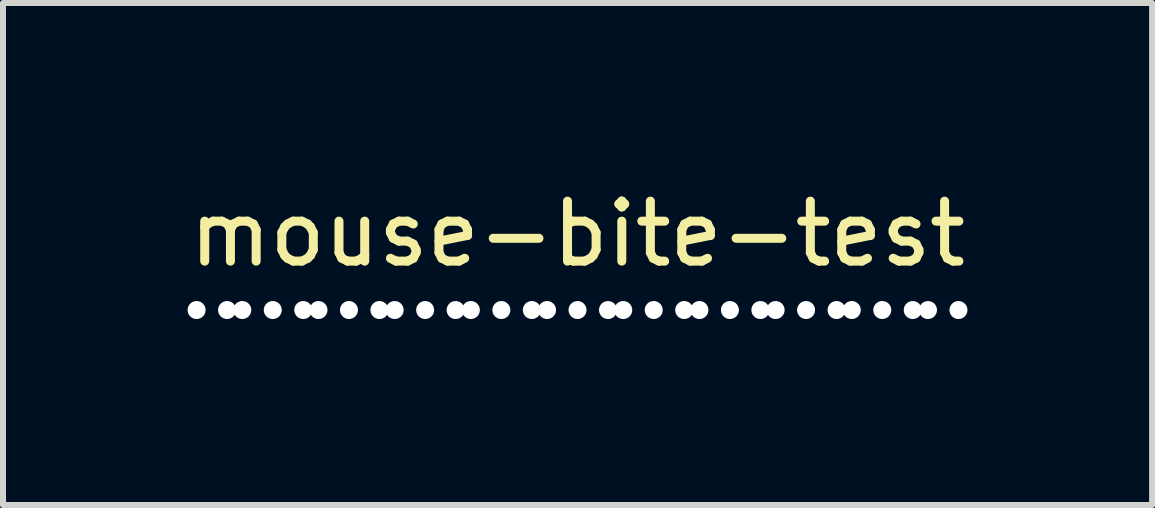
<source format=kicad_pcb>
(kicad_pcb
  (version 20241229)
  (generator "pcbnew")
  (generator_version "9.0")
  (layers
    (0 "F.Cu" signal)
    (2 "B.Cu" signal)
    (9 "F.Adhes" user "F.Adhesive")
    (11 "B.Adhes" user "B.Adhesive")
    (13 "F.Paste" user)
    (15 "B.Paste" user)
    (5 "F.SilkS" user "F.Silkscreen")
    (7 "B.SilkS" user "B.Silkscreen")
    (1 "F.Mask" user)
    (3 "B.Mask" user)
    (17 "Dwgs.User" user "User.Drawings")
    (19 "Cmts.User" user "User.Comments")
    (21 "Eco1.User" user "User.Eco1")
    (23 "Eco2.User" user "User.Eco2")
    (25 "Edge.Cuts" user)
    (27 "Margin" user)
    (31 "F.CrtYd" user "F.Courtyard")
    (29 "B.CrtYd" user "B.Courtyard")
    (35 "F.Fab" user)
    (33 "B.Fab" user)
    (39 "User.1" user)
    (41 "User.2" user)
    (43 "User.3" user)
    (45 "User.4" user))
  (footprint "mouse-bite-test"
    (layer "F.Cu")
    (at 6.577 2.118)
    (property "Reference" "mouse-bite-test" (at 0 -1.27 0) (layer "F.SilkS") (effects (font (size 1 1) (thickness 0.15))))
    (attr through_hole)
    (pad "" np_thru_hole circle (at -6.35 0 90) (size 0.3 0.3) (drill 0.3) (layers "*.Cu" "*.Mask"))
    (pad "" np_thru_hole circle (at -5.842 0 90) (size 0.3 0.3) (drill 0.3) (layers "*.Cu" "*.Mask"))
    (pad "" np_thru_hole circle (at -5.588 0 90) (size 0.3 0.3) (drill 0.3) (layers "*.Cu" "*.Mask"))
    (pad "" np_thru_hole circle (at -5.08 0 90) (size 0.3 0.3) (drill 0.3) (layers "*.Cu" "*.Mask"))
    (pad "" np_thru_hole circle (at -4.572 0 90) (size 0.3 0.3) (drill 0.3) (layers "*.Cu" "*.Mask"))
    (pad "" np_thru_hole circle (at -4.318 0 90) (size 0.3 0.3) (drill 0.3) (layers "*.Cu" "*.Mask"))
    (pad "" np_thru_hole circle (at -3.81 0 90) (size 0.3 0.3) (drill 0.3) (layers "*.Cu" "*.Mask"))
    (pad "" np_thru_hole circle (at -3.302 0 90) (size 0.3 0.3) (drill 0.3) (layers "*.Cu" "*.Mask"))
    (pad "" np_thru_hole circle (at -3.048 0 90) (size 0.3 0.3) (drill 0.3) (layers "*.Cu" "*.Mask"))
    (pad "" np_thru_hole circle (at -2.54 0 90) (size 0.3 0.3) (drill 0.3) (layers "*.Cu" "*.Mask"))
    (pad "" np_thru_hole circle (at -2.032 0 90) (size 0.3 0.3) (drill 0.3) (layers "*.Cu" "*.Mask"))
    (pad "" np_thru_hole circle (at -1.778 0 90) (size 0.3 0.3) (drill 0.3) (layers "*.Cu" "*.Mask"))
    (pad "" np_thru_hole circle (at -1.27 0 90) (size 0.3 0.3) (drill 0.3) (layers "*.Cu" "*.Mask"))
    (pad "" np_thru_hole circle (at -0.762 0 90) (size 0.3 0.3) (drill 0.3) (layers "*.Cu" "*.Mask"))
    (pad "" np_thru_hole circle (at -0.508 0 90) (size 0.3 0.3) (drill 0.3) (layers "*.Cu" "*.Mask"))
    (pad "" np_thru_hole circle (at 0 0 90) (size 0.3 0.3) (drill 0.3) (layers "*.Cu" "*.Mask"))
    (pad "" np_thru_hole circle (at 0.508 0 90) (size 0.3 0.3) (drill 0.3) (layers "*.Cu" "*.Mask"))
    (pad "" np_thru_hole circle (at 0.762 0 90) (size 0.3 0.3) (drill 0.3) (layers "*.Cu" "*.Mask"))
    (pad "" np_thru_hole circle (at 1.27 0 90) (size 0.3 0.3) (drill 0.3) (layers "*.Cu" "*.Mask"))
    (pad "" np_thru_hole circle (at 1.778 0 90) (size 0.3 0.3) (drill 0.3) (layers "*.Cu" "*.Mask"))
    (pad "" np_thru_hole circle (at 2.032 0 90) (size 0.3 0.3) (drill 0.3) (layers "*.Cu" "*.Mask"))
    (pad "" np_thru_hole circle (at 2.54 0 90) (size 0.3 0.3) (drill 0.3) (layers "*.Cu" "*.Mask"))
    (pad "" np_thru_hole circle (at 3.048 0 90) (size 0.3 0.3) (drill 0.3) (layers "*.Cu" "*.Mask"))
    (pad "" np_thru_hole circle (at 3.302 0 90) (size 0.3 0.3) (drill 0.3) (layers "*.Cu" "*.Mask"))
    (pad "" np_thru_hole circle (at 3.81 0 90) (size 0.3 0.3) (drill 0.3) (layers "*.Cu" "*.Mask"))
    (pad "" np_thru_hole circle (at 4.318 0 90) (size 0.3 0.3) (drill 0.3) (layers "*.Cu" "*.Mask"))
    (pad "" np_thru_hole circle (at 4.572 0 90) (size 0.3 0.3) (drill 0.3) (layers "*.Cu" "*.Mask"))
    (pad "" np_thru_hole circle (at 5.08 0 90) (size 0.3 0.3) (drill 0.3) (layers "*.Cu" "*.Mask"))
    (pad "" np_thru_hole circle (at 5.588 0 90) (size 0.3 0.3) (drill 0.3) (layers "*.Cu" "*.Mask"))
    (pad "" np_thru_hole circle (at 5.842 0 90) (size 0.3 0.3) (drill 0.3) (layers "*.Cu" "*.Mask"))
    (pad "" np_thru_hole circle (at 6.35 0 90) (size 0.3 0.3) (drill 0.3) (layers "*.Cu" "*.Mask")))
  (gr_rect
    (start -3 -3)
    (end 16.155 5.368)
    (stroke (width 0.1) (type default))
    (fill no)
    (layer "Edge.Cuts")))
</source>
